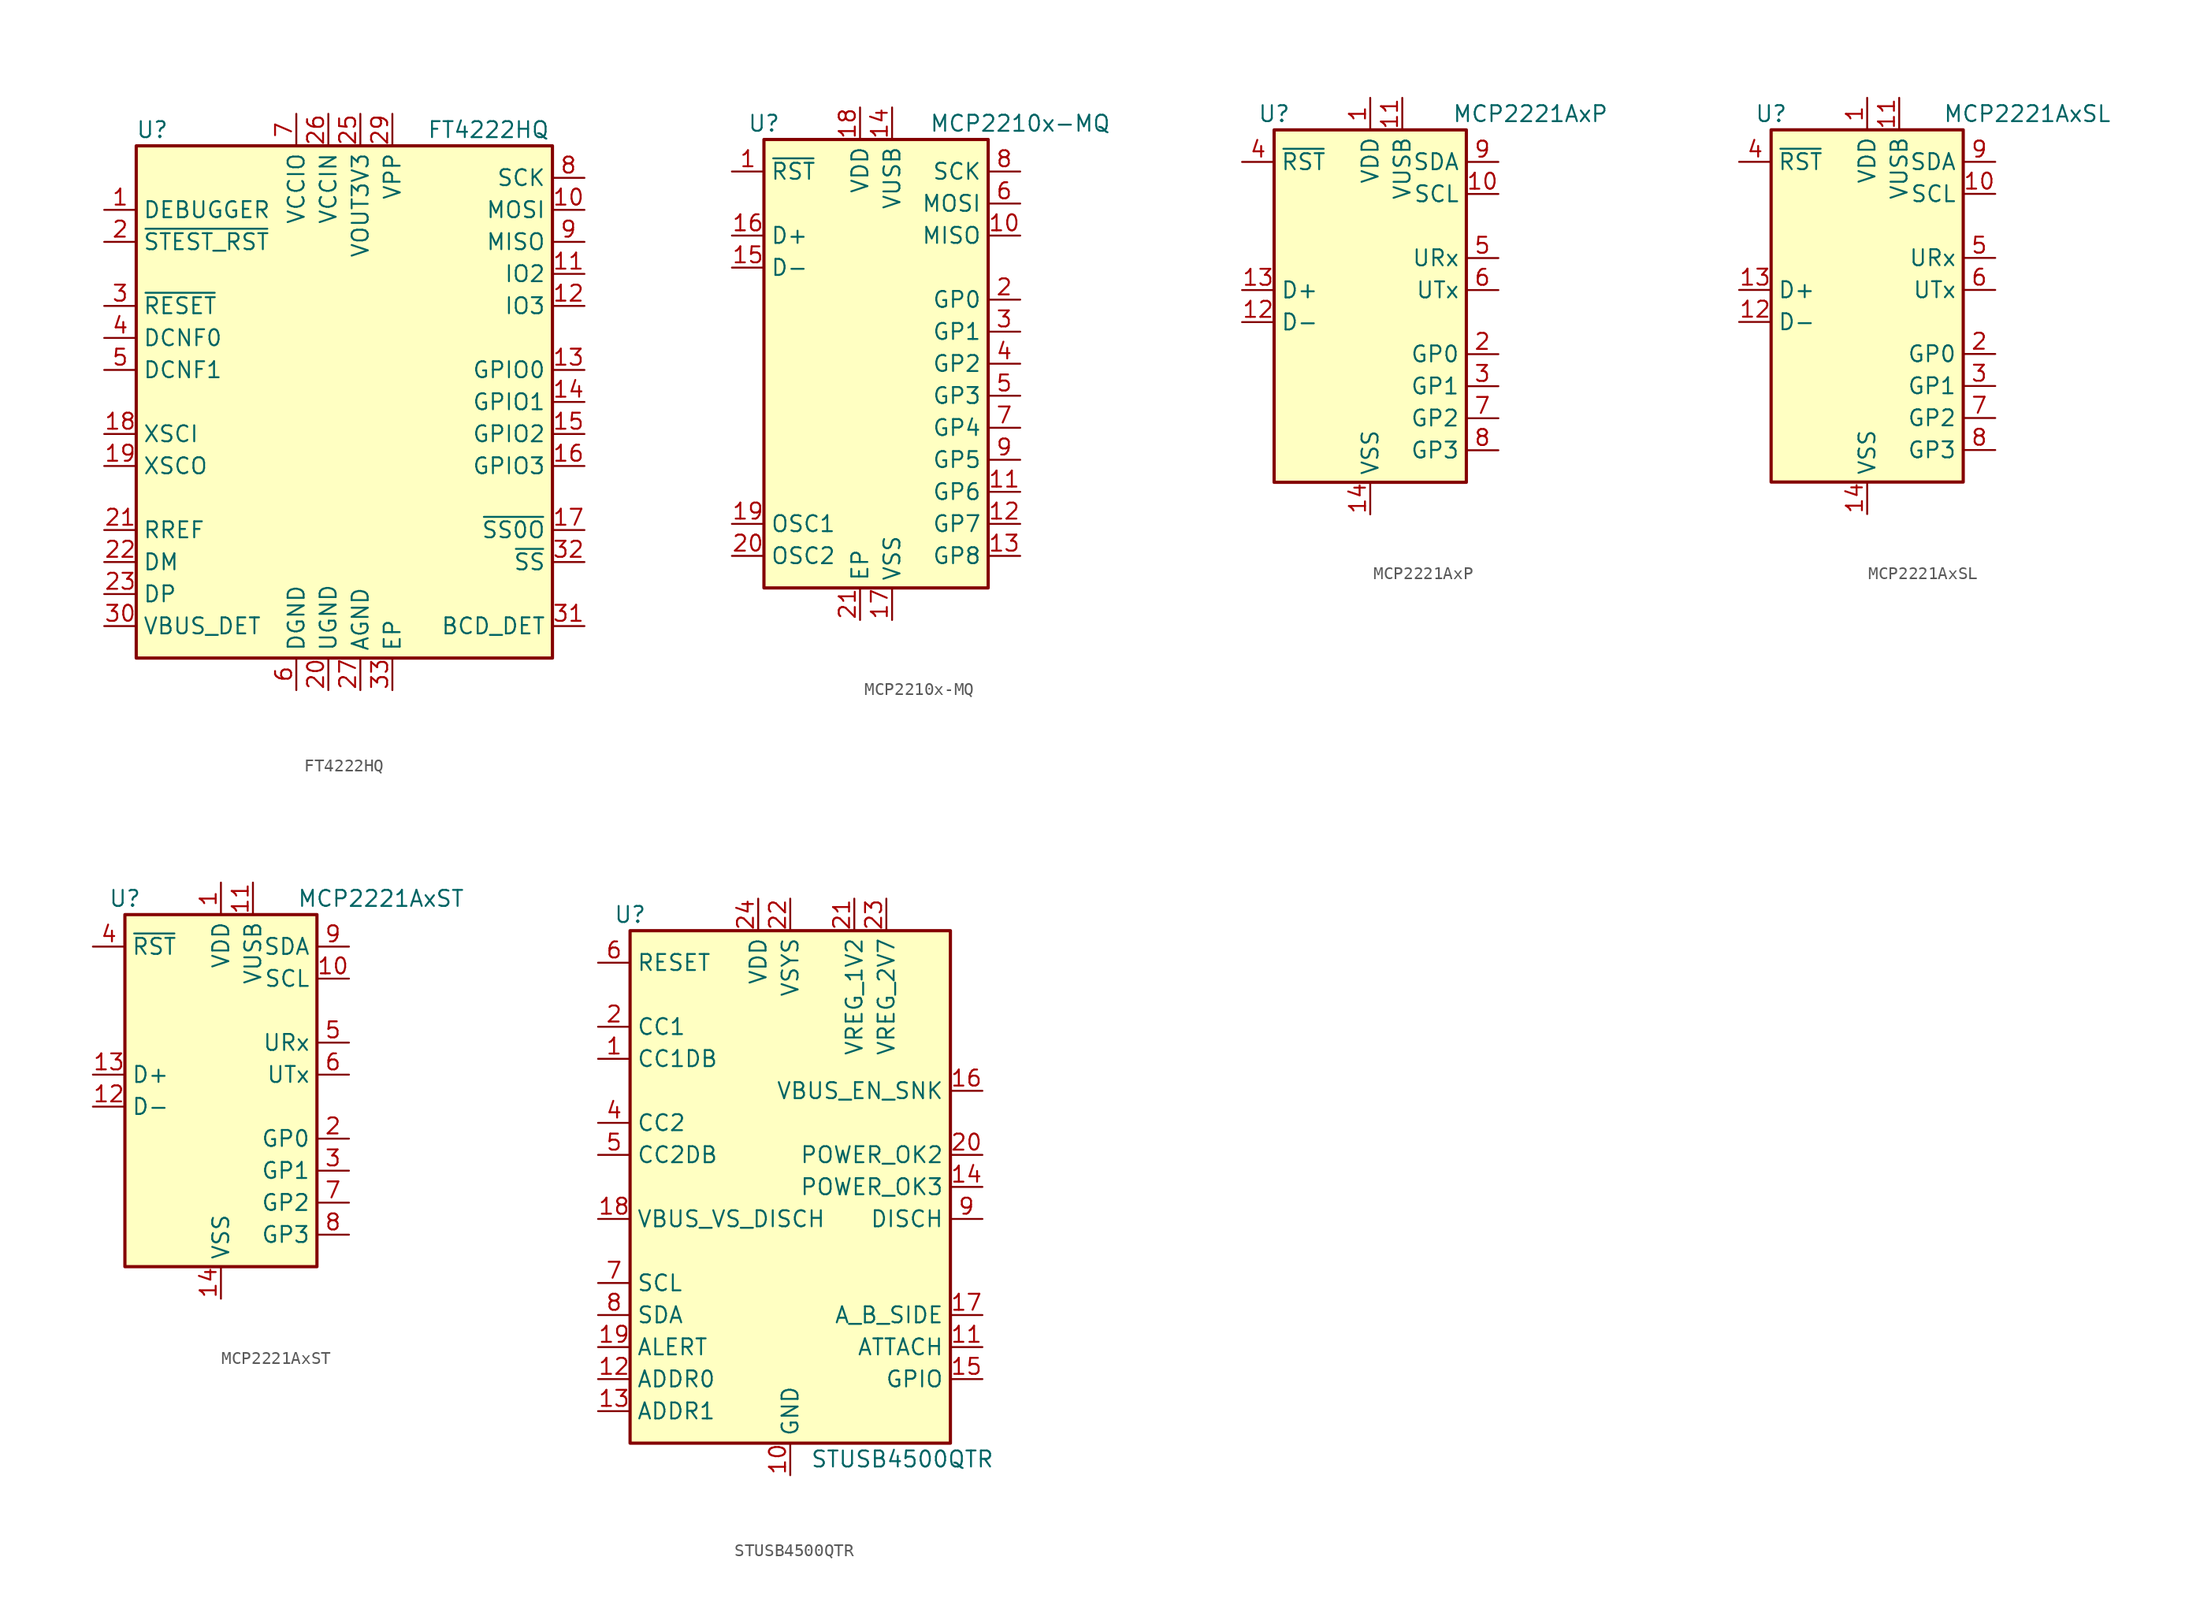
<source format=kicad_sym>
(kicad_symbol_lib
  (version 20201005)
  (generator kicad_symbol_editor)
  (symbol "FT4222HQ"
    (property "Reference" "U"
      (at -16.51 21.59 0)
      (effects (font (size 1.27 1.27))))
    (property "Value" "FT4222HQ"
      (at 10.16 21.59 0)
      (effects (font (size 1.27 1.27))))
    (symbol "FT4222HQ_0_1"
      (rectangle (start 15.24 20.32) (end -17.78 -20.32) (stroke (width 0.254)) (fill (type background))))
    (symbol "FT4222HQ_1_1"
      (pin bidirectional line (at -20.32 15.24 0) (length 2.54) (name "DEBUGGER" (effects (font (size 1.27 1.27)))) (number "1" (effects (font (size 1.27 1.27)))))
      (pin bidirectional line (at 17.78 15.24 180) (length 2.54) (name "MOSI" (effects (font (size 1.27 1.27)))) (number "10" (effects (font (size 1.27 1.27)))))
      (pin bidirectional line (at 17.78 10.16 180) (length 2.54) (name "IO2" (effects (font (size 1.27 1.27)))) (number "11" (effects (font (size 1.27 1.27)))))
      (pin bidirectional line (at 17.78 7.62 180) (length 2.54) (name "IO3" (effects (font (size 1.27 1.27)))) (number "12" (effects (font (size 1.27 1.27)))))
      (pin bidirectional line (at 17.78 2.54 180) (length 2.54) (name "GPIO0" (effects (font (size 1.27 1.27)))) (number "13" (effects (font (size 1.27 1.27)))))
      (pin bidirectional line (at 17.78 0 180) (length 2.54) (name "GPIO1" (effects (font (size 1.27 1.27)))) (number "14" (effects (font (size 1.27 1.27)))))
      (pin bidirectional line (at 17.78 -2.54 180) (length 2.54) (name "GPIO2" (effects (font (size 1.27 1.27)))) (number "15" (effects (font (size 1.27 1.27)))))
      (pin bidirectional line (at 17.78 -5.08 180) (length 2.54) (name "GPIO3" (effects (font (size 1.27 1.27)))) (number "16" (effects (font (size 1.27 1.27)))))
      (pin output line (at 17.78 -10.16 180) (length 2.54) (name "~SS0O" (effects (font (size 1.27 1.27)))) (number "17" (effects (font (size 1.27 1.27)))))
      (pin input line (at -20.32 -2.54 0) (length 2.54) (name "XSCI" (effects (font (size 1.27 1.27)))) (number "18" (effects (font (size 1.27 1.27)))))
      (pin output line (at -20.32 -5.08 0) (length 2.54) (name "XSCO" (effects (font (size 1.27 1.27)))) (number "19" (effects (font (size 1.27 1.27)))))
      (pin input line (at -20.32 12.7 0) (length 2.54) (name "~STEST_RST" (effects (font (size 1.27 1.27)))) (number "2" (effects (font (size 1.27 1.27)))))
      (pin power_in line (at -2.54 -22.86 90) (length 2.54) (name "UGND" (effects (font (size 1.27 1.27)))) (number "20" (effects (font (size 1.27 1.27)))))
      (pin input line (at -20.32 -10.16 0) (length 2.54) (name "RREF" (effects (font (size 1.27 1.27)))) (number "21" (effects (font (size 1.27 1.27)))))
      (pin bidirectional line (at -20.32 -12.7 0) (length 2.54) (name "DM" (effects (font (size 1.27 1.27)))) (number "22" (effects (font (size 1.27 1.27)))))
      (pin bidirectional line (at -20.32 -15.24 0) (length 2.54) (name "DP" (effects (font (size 1.27 1.27)))) (number "23" (effects (font (size 1.27 1.27)))))
      (pin passive line (at -2.54 -22.86 90) (length 2.54) hide (name "UGND" (effects (font (size 1.27 1.27)))) (number "24" (effects (font (size 1.27 1.27)))))
      (pin unspecified line (at 0 22.86 270) (length 2.54) (name "VOUT3V3" (effects (font (size 1.27 1.27)))) (number "25" (effects (font (size 1.27 1.27)))))
      (pin power_in line (at -2.54 22.86 270) (length 2.54) (name "VCCIN" (effects (font (size 1.27 1.27)))) (number "26" (effects (font (size 1.27 1.27)))))
      (pin power_in line (at 0 -22.86 90) (length 2.54) (name "AGND" (effects (font (size 1.27 1.27)))) (number "27" (effects (font (size 1.27 1.27)))))
      (pin passive line (at -5.08 -22.86 90) (length 2.54) hide (name "DGND" (effects (font (size 1.27 1.27)))) (number "28" (effects (font (size 1.27 1.27)))))
      (pin power_in line (at 2.54 22.86 270) (length 2.54) (name "VPP" (effects (font (size 1.27 1.27)))) (number "29" (effects (font (size 1.27 1.27)))))
      (pin input line (at -20.32 7.62 0) (length 2.54) (name "~RESET" (effects (font (size 1.27 1.27)))) (number "3" (effects (font (size 1.27 1.27)))))
      (pin input line (at -20.32 -17.78 0) (length 2.54) (name "VBUS_DET" (effects (font (size 1.27 1.27)))) (number "30" (effects (font (size 1.27 1.27)))))
      (pin output line (at 17.78 -17.78 180) (length 2.54) (name "BCD_DET" (effects (font (size 1.27 1.27)))) (number "31" (effects (font (size 1.27 1.27)))))
      (pin input line (at 17.78 -12.7 180) (length 2.54) (name "~SS" (effects (font (size 1.27 1.27)))) (number "32" (effects (font (size 1.27 1.27)))))
      (pin power_in line (at 2.54 -22.86 90) (length 2.54) (name "EP" (effects (font (size 1.27 1.27)))) (number "33" (effects (font (size 1.27 1.27)))))
      (pin input line (at -20.32 5.08 0) (length 2.54) (name "DCNF0" (effects (font (size 1.27 1.27)))) (number "4" (effects (font (size 1.27 1.27)))))
      (pin input line (at -20.32 2.54 0) (length 2.54) (name "DCNF1" (effects (font (size 1.27 1.27)))) (number "5" (effects (font (size 1.27 1.27)))))
      (pin power_in line (at -5.08 -22.86 90) (length 2.54) (name "DGND" (effects (font (size 1.27 1.27)))) (number "6" (effects (font (size 1.27 1.27)))))
      (pin power_in line (at -5.08 22.86 270) (length 2.54) (name "VCCIO" (effects (font (size 1.27 1.27)))) (number "7" (effects (font (size 1.27 1.27)))))
      (pin bidirectional line (at 17.78 17.78 180) (length 2.54) (name "SCK" (effects (font (size 1.27 1.27)))) (number "8" (effects (font (size 1.27 1.27)))))
      (pin bidirectional line (at 17.78 12.7 180) (length 2.54) (name "MISO" (effects (font (size 1.27 1.27)))) (number "9" (effects (font (size 1.27 1.27)))))))
  (symbol "MCP2210x-MQ"
    (property "Reference" "U"
      (at -10.16 19.05 0)
      (effects (font (size 1.27 1.27))))
    (property "Value" "MCP2210x-MQ"
      (at 10.16 19.05 0)
      (effects (font (size 1.27 1.27))))
    (symbol "MCP2210x-MQ_0_1"
      (rectangle (start -10.16 17.78) (end 7.62 -17.78) (stroke (width 0.254)) (fill (type background))))
    (symbol "MCP2210x-MQ_1_1"
      (pin input line (at -12.7 15.24 0) (length 2.54) (name "~RST" (effects (font (size 1.27 1.27)))) (number "1" (effects (font (size 1.27 1.27)))))
      (pin input line (at 10.16 10.16 180) (length 2.54) (name "MISO" (effects (font (size 1.27 1.27)))) (number "10" (effects (font (size 1.27 1.27)))))
      (pin bidirectional line (at 10.16 -10.16 180) (length 2.54) (name "GP6" (effects (font (size 1.27 1.27)))) (number "11" (effects (font (size 1.27 1.27)))))
      (pin bidirectional line (at 10.16 -12.7 180) (length 2.54) (name "GP7" (effects (font (size 1.27 1.27)))) (number "12" (effects (font (size 1.27 1.27)))))
      (pin bidirectional line (at 10.16 -15.24 180) (length 2.54) (name "GP8" (effects (font (size 1.27 1.27)))) (number "13" (effects (font (size 1.27 1.27)))))
      (pin passive line (at 0 20.32 270) (length 2.54) (name "VUSB" (effects (font (size 1.27 1.27)))) (number "14" (effects (font (size 1.27 1.27)))))
      (pin bidirectional line (at -12.7 7.62 0) (length 2.54) (name "D-" (effects (font (size 1.27 1.27)))) (number "15" (effects (font (size 1.27 1.27)))))
      (pin bidirectional line (at -12.7 10.16 0) (length 2.54) (name "D+" (effects (font (size 1.27 1.27)))) (number "16" (effects (font (size 1.27 1.27)))))
      (pin power_in line (at 0 -20.32 90) (length 2.54) (name "VSS" (effects (font (size 1.27 1.27)))) (number "17" (effects (font (size 1.27 1.27)))))
      (pin power_in line (at -2.54 20.32 270) (length 2.54) (name "VDD" (effects (font (size 1.27 1.27)))) (number "18" (effects (font (size 1.27 1.27)))))
      (pin input line (at -12.7 -12.7 0) (length 2.54) (name "OSC1" (effects (font (size 1.27 1.27)))) (number "19" (effects (font (size 1.27 1.27)))))
      (pin bidirectional line (at 10.16 5.08 180) (length 2.54) (name "GP0" (effects (font (size 1.27 1.27)))) (number "2" (effects (font (size 1.27 1.27)))))
      (pin output line (at -12.7 -15.24 0) (length 2.54) (name "OSC2" (effects (font (size 1.27 1.27)))) (number "20" (effects (font (size 1.27 1.27)))))
      (pin passive line (at -2.54 -20.32 90) (length 2.54) (name "EP" (effects (font (size 1.27 1.27)))) (number "21" (effects (font (size 1.27 1.27)))))
      (pin bidirectional line (at 10.16 2.54 180) (length 2.54) (name "GP1" (effects (font (size 1.27 1.27)))) (number "3" (effects (font (size 1.27 1.27)))))
      (pin bidirectional line (at 10.16 0 180) (length 2.54) (name "GP2" (effects (font (size 1.27 1.27)))) (number "4" (effects (font (size 1.27 1.27)))))
      (pin bidirectional line (at 10.16 -2.54 180) (length 2.54) (name "GP3" (effects (font (size 1.27 1.27)))) (number "5" (effects (font (size 1.27 1.27)))))
      (pin output line (at 10.16 12.7 180) (length 2.54) (name "MOSI" (effects (font (size 1.27 1.27)))) (number "6" (effects (font (size 1.27 1.27)))))
      (pin bidirectional line (at 10.16 -5.08 180) (length 2.54) (name "GP4" (effects (font (size 1.27 1.27)))) (number "7" (effects (font (size 1.27 1.27)))))
      (pin output line (at 10.16 15.24 180) (length 2.54) (name "SCK" (effects (font (size 1.27 1.27)))) (number "8" (effects (font (size 1.27 1.27)))))
      (pin bidirectional line (at 10.16 -7.62 180) (length 2.54) (name "GP5" (effects (font (size 1.27 1.27)))) (number "9" (effects (font (size 1.27 1.27)))))))
  (symbol "MCP2221AxP"
    (property "Reference" "U"
      (at -7.62 16.51 0)
      (effects (font (size 1.27 1.27))))
    (property "Value" "MCP2221AxP"
      (at 12.7 16.51 0)
      (effects (font (size 1.27 1.27))))
    (symbol "MCP2221AxP_0_1"
      (rectangle (start -7.62 15.24) (end 7.62 -12.7) (stroke (width 0.254)) (fill (type background))))
    (symbol "MCP2221AxP_1_1"
      (pin power_in line (at 0 17.78 270) (length 2.54) (name "VDD" (effects (font (size 1.27 1.27)))) (number "1" (effects (font (size 1.27 1.27)))))
      (pin bidirectional line (at 10.16 10.16 180) (length 2.54) (name "SCL" (effects (font (size 1.27 1.27)))) (number "10" (effects (font (size 1.27 1.27)))))
      (pin passive line (at 2.54 17.78 270) (length 2.54) (name "VUSB" (effects (font (size 1.27 1.27)))) (number "11" (effects (font (size 1.27 1.27)))))
      (pin bidirectional line (at -10.16 0 0) (length 2.54) (name "D-" (effects (font (size 1.27 1.27)))) (number "12" (effects (font (size 1.27 1.27)))))
      (pin bidirectional line (at -10.16 2.54 0) (length 2.54) (name "D+" (effects (font (size 1.27 1.27)))) (number "13" (effects (font (size 1.27 1.27)))))
      (pin power_in line (at 0 -15.24 90) (length 2.54) (name "VSS" (effects (font (size 1.27 1.27)))) (number "14" (effects (font (size 1.27 1.27)))))
      (pin bidirectional line (at 10.16 -2.54 180) (length 2.54) (name "GP0" (effects (font (size 1.27 1.27)))) (number "2" (effects (font (size 1.27 1.27)))))
      (pin bidirectional line (at 10.16 -5.08 180) (length 2.54) (name "GP1" (effects (font (size 1.27 1.27)))) (number "3" (effects (font (size 1.27 1.27)))))
      (pin input line (at -10.16 12.7 0) (length 2.54) (name "~RST" (effects (font (size 1.27 1.27)))) (number "4" (effects (font (size 1.27 1.27)))))
      (pin input line (at 10.16 5.08 180) (length 2.54) (name "URx" (effects (font (size 1.27 1.27)))) (number "5" (effects (font (size 1.27 1.27)))))
      (pin output line (at 10.16 2.54 180) (length 2.54) (name "UTx" (effects (font (size 1.27 1.27)))) (number "6" (effects (font (size 1.27 1.27)))))
      (pin bidirectional line (at 10.16 -7.62 180) (length 2.54) (name "GP2" (effects (font (size 1.27 1.27)))) (number "7" (effects (font (size 1.27 1.27)))))
      (pin bidirectional line (at 10.16 -10.16 180) (length 2.54) (name "GP3" (effects (font (size 1.27 1.27)))) (number "8" (effects (font (size 1.27 1.27)))))
      (pin bidirectional line (at 10.16 12.7 180) (length 2.54) (name "SDA" (effects (font (size 1.27 1.27)))) (number "9" (effects (font (size 1.27 1.27)))))))
  (symbol "MCP2221AxSL"
    (property "Reference" "U"
      (at -7.62 16.51 0)
      (effects (font (size 1.27 1.27))))
    (property "Value" "MCP2221AxSL"
      (at 12.7 16.51 0)
      (effects (font (size 1.27 1.27))))
    (symbol "MCP2221AxSL_0_1"
      (rectangle (start -7.62 15.24) (end 7.62 -12.7) (stroke (width 0.254)) (fill (type background))))
    (symbol "MCP2221AxSL_1_1"
      (pin power_in line (at 0 17.78 270) (length 2.54) (name "VDD" (effects (font (size 1.27 1.27)))) (number "1" (effects (font (size 1.27 1.27)))))
      (pin bidirectional line (at 10.16 10.16 180) (length 2.54) (name "SCL" (effects (font (size 1.27 1.27)))) (number "10" (effects (font (size 1.27 1.27)))))
      (pin passive line (at 2.54 17.78 270) (length 2.54) (name "VUSB" (effects (font (size 1.27 1.27)))) (number "11" (effects (font (size 1.27 1.27)))))
      (pin bidirectional line (at -10.16 0 0) (length 2.54) (name "D-" (effects (font (size 1.27 1.27)))) (number "12" (effects (font (size 1.27 1.27)))))
      (pin bidirectional line (at -10.16 2.54 0) (length 2.54) (name "D+" (effects (font (size 1.27 1.27)))) (number "13" (effects (font (size 1.27 1.27)))))
      (pin power_in line (at 0 -15.24 90) (length 2.54) (name "VSS" (effects (font (size 1.27 1.27)))) (number "14" (effects (font (size 1.27 1.27)))))
      (pin bidirectional line (at 10.16 -2.54 180) (length 2.54) (name "GP0" (effects (font (size 1.27 1.27)))) (number "2" (effects (font (size 1.27 1.27)))))
      (pin bidirectional line (at 10.16 -5.08 180) (length 2.54) (name "GP1" (effects (font (size 1.27 1.27)))) (number "3" (effects (font (size 1.27 1.27)))))
      (pin input line (at -10.16 12.7 0) (length 2.54) (name "~RST" (effects (font (size 1.27 1.27)))) (number "4" (effects (font (size 1.27 1.27)))))
      (pin input line (at 10.16 5.08 180) (length 2.54) (name "URx" (effects (font (size 1.27 1.27)))) (number "5" (effects (font (size 1.27 1.27)))))
      (pin output line (at 10.16 2.54 180) (length 2.54) (name "UTx" (effects (font (size 1.27 1.27)))) (number "6" (effects (font (size 1.27 1.27)))))
      (pin bidirectional line (at 10.16 -7.62 180) (length 2.54) (name "GP2" (effects (font (size 1.27 1.27)))) (number "7" (effects (font (size 1.27 1.27)))))
      (pin bidirectional line (at 10.16 -10.16 180) (length 2.54) (name "GP3" (effects (font (size 1.27 1.27)))) (number "8" (effects (font (size 1.27 1.27)))))
      (pin bidirectional line (at 10.16 12.7 180) (length 2.54) (name "SDA" (effects (font (size 1.27 1.27)))) (number "9" (effects (font (size 1.27 1.27)))))))
  (symbol "MCP2221AxST"
    (property "Reference" "U"
      (at -7.62 16.51 0)
      (effects (font (size 1.27 1.27))))
    (property "Value" "MCP2221AxST"
      (at 12.7 16.51 0)
      (effects (font (size 1.27 1.27))))
    (symbol "MCP2221AxST_0_1"
      (rectangle (start -7.62 15.24) (end 7.62 -12.7) (stroke (width 0.254)) (fill (type background))))
    (symbol "MCP2221AxST_1_1"
      (pin power_in line (at 0 17.78 270) (length 2.54) (name "VDD" (effects (font (size 1.27 1.27)))) (number "1" (effects (font (size 1.27 1.27)))))
      (pin bidirectional line (at 10.16 10.16 180) (length 2.54) (name "SCL" (effects (font (size 1.27 1.27)))) (number "10" (effects (font (size 1.27 1.27)))))
      (pin passive line (at 2.54 17.78 270) (length 2.54) (name "VUSB" (effects (font (size 1.27 1.27)))) (number "11" (effects (font (size 1.27 1.27)))))
      (pin bidirectional line (at -10.16 0 0) (length 2.54) (name "D-" (effects (font (size 1.27 1.27)))) (number "12" (effects (font (size 1.27 1.27)))))
      (pin bidirectional line (at -10.16 2.54 0) (length 2.54) (name "D+" (effects (font (size 1.27 1.27)))) (number "13" (effects (font (size 1.27 1.27)))))
      (pin power_in line (at 0 -15.24 90) (length 2.54) (name "VSS" (effects (font (size 1.27 1.27)))) (number "14" (effects (font (size 1.27 1.27)))))
      (pin bidirectional line (at 10.16 -2.54 180) (length 2.54) (name "GP0" (effects (font (size 1.27 1.27)))) (number "2" (effects (font (size 1.27 1.27)))))
      (pin bidirectional line (at 10.16 -5.08 180) (length 2.54) (name "GP1" (effects (font (size 1.27 1.27)))) (number "3" (effects (font (size 1.27 1.27)))))
      (pin input line (at -10.16 12.7 0) (length 2.54) (name "~RST" (effects (font (size 1.27 1.27)))) (number "4" (effects (font (size 1.27 1.27)))))
      (pin input line (at 10.16 5.08 180) (length 2.54) (name "URx" (effects (font (size 1.27 1.27)))) (number "5" (effects (font (size 1.27 1.27)))))
      (pin output line (at 10.16 2.54 180) (length 2.54) (name "UTx" (effects (font (size 1.27 1.27)))) (number "6" (effects (font (size 1.27 1.27)))))
      (pin bidirectional line (at 10.16 -7.62 180) (length 2.54) (name "GP2" (effects (font (size 1.27 1.27)))) (number "7" (effects (font (size 1.27 1.27)))))
      (pin bidirectional line (at 10.16 -10.16 180) (length 2.54) (name "GP3" (effects (font (size 1.27 1.27)))) (number "8" (effects (font (size 1.27 1.27)))))
      (pin bidirectional line (at 10.16 12.7 180) (length 2.54) (name "SDA" (effects (font (size 1.27 1.27)))) (number "9" (effects (font (size 1.27 1.27)))))))
  (symbol "STUSB4500QTR"
    (property "Reference" "U"
      (at -12.7 21.59 0)
      (effects (font (size 1.27 1.27))))
    (property "Value" "STUSB4500QTR"
      (at 8.89 -21.59 0)
      (effects (font (size 1.27 1.27))))
    (symbol "STUSB4500QTR_0_1"
      (rectangle (start -12.7 20.32) (end 12.7 -20.32) (stroke (width 0.254)) (fill (type background))))
    (symbol "STUSB4500QTR_1_1"
      (pin bidirectional line (at -15.24 10.16 0) (length 2.54) (name "CC1DB" (effects (font (size 1.27 1.27)))) (number "1" (effects (font (size 1.27 1.27)))))
      (pin power_in line (at 0 -22.86 90) (length 2.54) (name "GND" (effects (font (size 1.27 1.27)))) (number "10" (effects (font (size 1.27 1.27)))))
      (pin open_collector line (at 15.24 -12.7 180) (length 2.54) (name "ATTACH" (effects (font (size 1.27 1.27)))) (number "11" (effects (font (size 1.27 1.27)))))
      (pin input line (at -15.24 -15.24 0) (length 2.54) (name "ADDR0" (effects (font (size 1.27 1.27)))) (number "12" (effects (font (size 1.27 1.27)))))
      (pin input line (at -15.24 -17.78 0) (length 2.54) (name "ADDR1" (effects (font (size 1.27 1.27)))) (number "13" (effects (font (size 1.27 1.27)))))
      (pin open_collector line (at 15.24 0 180) (length 2.54) (name "POWER_OK3" (effects (font (size 1.27 1.27)))) (number "14" (effects (font (size 1.27 1.27)))))
      (pin open_collector line (at 15.24 -15.24 180) (length 2.54) (name "GPIO" (effects (font (size 1.27 1.27)))) (number "15" (effects (font (size 1.27 1.27)))))
      (pin open_collector line (at 15.24 7.62 180) (length 2.54) (name "VBUS_EN_SNK" (effects (font (size 1.27 1.27)))) (number "16" (effects (font (size 1.27 1.27)))))
      (pin open_collector line (at 15.24 -10.16 180) (length 2.54) (name "A_B_SIDE" (effects (font (size 1.27 1.27)))) (number "17" (effects (font (size 1.27 1.27)))))
      (pin input line (at -15.24 -2.54 0) (length 2.54) (name "VBUS_VS_DISCH" (effects (font (size 1.27 1.27)))) (number "18" (effects (font (size 1.27 1.27)))))
      (pin open_collector line (at -15.24 -12.7 0) (length 2.54) (name "ALERT" (effects (font (size 1.27 1.27)))) (number "19" (effects (font (size 1.27 1.27)))))
      (pin bidirectional line (at -15.24 12.7 0) (length 2.54) (name "CC1" (effects (font (size 1.27 1.27)))) (number "2" (effects (font (size 1.27 1.27)))))
      (pin open_collector line (at 15.24 2.54 180) (length 2.54) (name "POWER_OK2" (effects (font (size 1.27 1.27)))) (number "20" (effects (font (size 1.27 1.27)))))
      (pin power_out line (at 5.08 22.86 270) (length 2.54) (name "VREG_1V2" (effects (font (size 1.27 1.27)))) (number "21" (effects (font (size 1.27 1.27)))))
      (pin power_in line (at 0 22.86 270) (length 2.54) (name "VSYS" (effects (font (size 1.27 1.27)))) (number "22" (effects (font (size 1.27 1.27)))))
      (pin power_out line (at 7.62 22.86 270) (length 2.54) (name "VREG_2V7" (effects (font (size 1.27 1.27)))) (number "23" (effects (font (size 1.27 1.27)))))
      (pin power_in line (at -2.54 22.86 270) (length 2.54) (name "VDD" (effects (font (size 1.27 1.27)))) (number "24" (effects (font (size 1.27 1.27)))))
      (pin passive line (at 0 -22.86 90) (length 2.54) hide (name "GND" (effects (font (size 1.27 1.27)))) (number "25" (effects (font (size 1.27 1.27)))))
      (pin no_connect line (at -12.7 15.24 0) (length 2.54) hide (name "NC" (effects (font (size 1.27 1.27)))) (number "3" (effects (font (size 1.27 1.27)))))
      (pin bidirectional line (at -15.24 5.08 0) (length 2.54) (name "CC2" (effects (font (size 1.27 1.27)))) (number "4" (effects (font (size 1.27 1.27)))))
      (pin bidirectional line (at -15.24 2.54 0) (length 2.54) (name "CC2DB" (effects (font (size 1.27 1.27)))) (number "5" (effects (font (size 1.27 1.27)))))
      (pin input line (at -15.24 17.78 0) (length 2.54) (name "RESET" (effects (font (size 1.27 1.27)))) (number "6" (effects (font (size 1.27 1.27)))))
      (pin input line (at -15.24 -7.62 0) (length 2.54) (name "SCL" (effects (font (size 1.27 1.27)))) (number "7" (effects (font (size 1.27 1.27)))))
      (pin bidirectional line (at -15.24 -10.16 0) (length 2.54) (name "SDA" (effects (font (size 1.27 1.27)))) (number "8" (effects (font (size 1.27 1.27)))))
      (pin bidirectional line (at 15.24 -2.54 180) (length 2.54) (name "DISCH" (effects (font (size 1.27 1.27)))) (number "9" (effects (font (size 1.27 1.27))))))))
</source>
